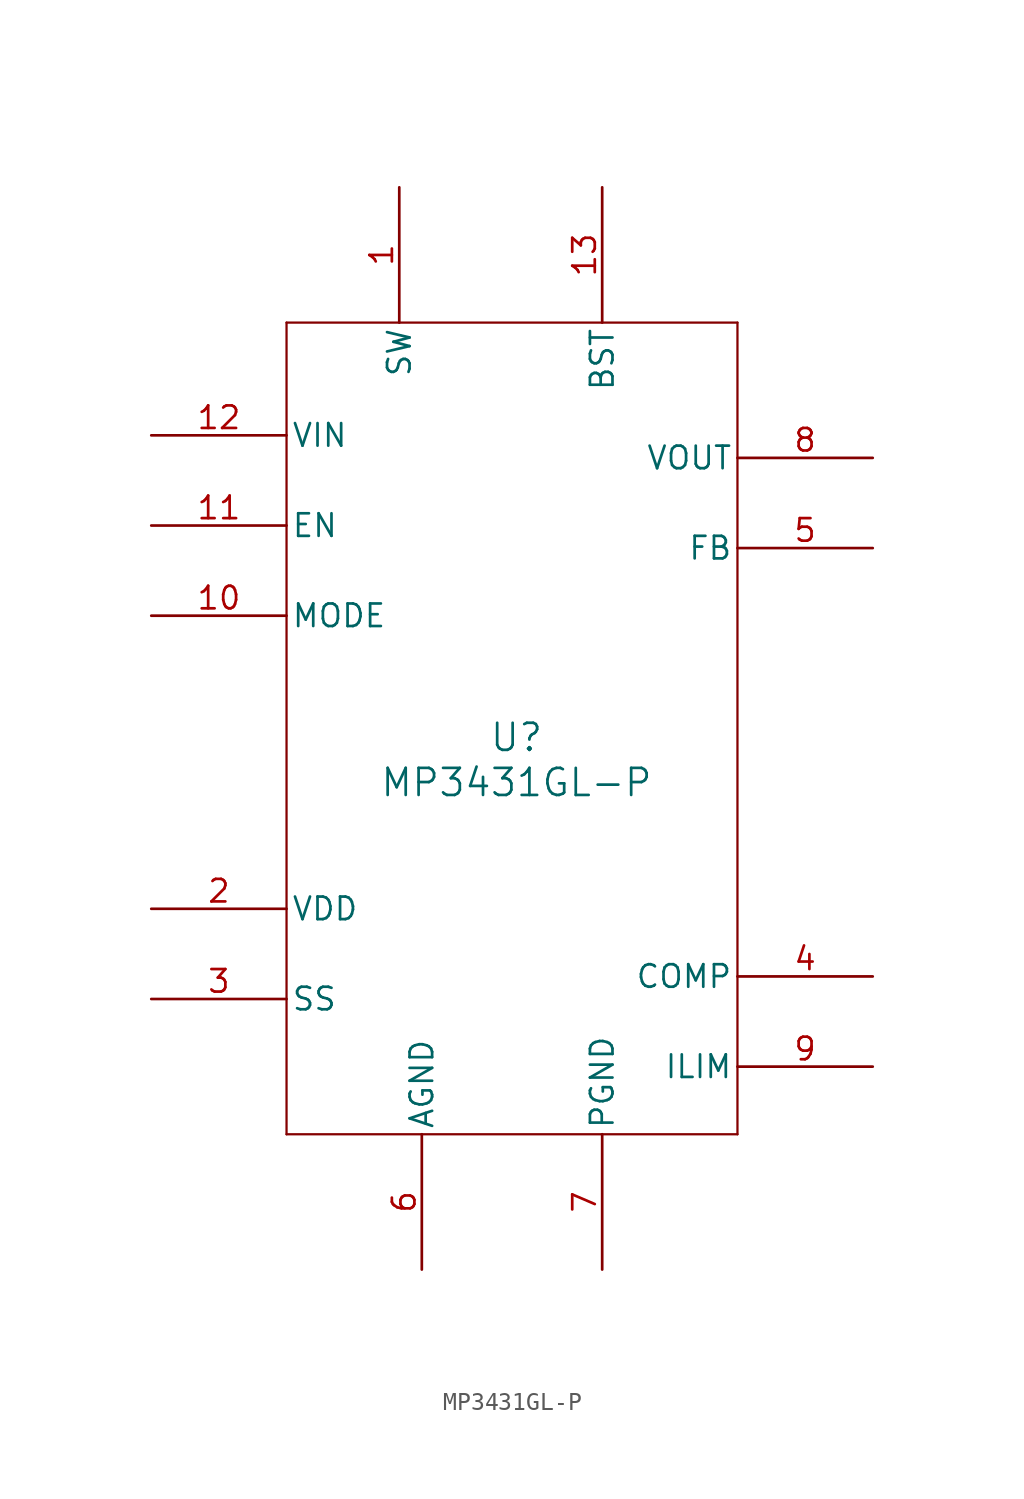
<source format=kicad_sym>
(kicad_symbol_lib
  (version 20231120)
  (generator "kicad_symbol_editor")
  (generator_version "8.0")
  (symbol "MP3431GL-P"
    (pin_names
      (offset 0.254))
    (property "Reference" "U"
      (at 20.574 -18.288 0)
      (effects (font (size 1.524 1.524))))
    (property "Value" "MP3431GL-P"
      (at 20.574 -20.828 0)
      (effects (font (size 1.524 1.524))))
    (property "ki_locked" ""
      (at 0 0 0)
      (effects (font (size 1.27 1.27))))
    (symbol "MP3431GL-P_0_1"
      (polyline (pts (xy 7.62 -40.64) (xy 33.02 -40.64)) (stroke (width 0.127) (type default)) (fill (type none)))
      (polyline (pts (xy 7.62 5.08) (xy 7.62 -40.64)) (stroke (width 0.127) (type default)) (fill (type none)))
      (polyline (pts (xy 33.02 -40.64) (xy 33.02 5.08)) (stroke (width 0.127) (type default)) (fill (type none)))
      (polyline (pts (xy 33.02 5.08) (xy 7.62 5.08)) (stroke (width 0.127) (type default)) (fill (type none)))
      (pin power_in line (at 0 -1.27 0) (length 7.62) (name "VIN" (effects (font (size 1.27 1.27)))) (number "12" (effects (font (size 1.27 1.27)))))
      (pin power_in line (at 0 -27.94 0) (length 7.62) (name "VDD" (effects (font (size 1.27 1.27)))) (number "2" (effects (font (size 1.27 1.27)))))
      (pin output line (at 40.64 -31.75 180) (length 7.62) (name "COMP" (effects (font (size 1.27 1.27)))) (number "4" (effects (font (size 1.27 1.27)))))
      (pin input line (at 40.64 -7.62 180) (length 7.62) (name "FB" (effects (font (size 1.27 1.27)))) (number "5" (effects (font (size 1.27 1.27))))))
    (symbol "MP3431GL-P_1_1"
      (pin passive line (at 13.97 12.7 270) (length 7.62) (name "SW" (effects (font (size 1.27 1.27)))) (number "1" (effects (font (size 1.27 1.27)))))
      (pin input line (at 0 -11.43 0) (length 7.62) (name "MODE" (effects (font (size 1.27 1.27)))) (number "10" (effects (font (size 1.27 1.27)))))
      (pin input line (at 0 -6.35 0) (length 7.62) (name "EN" (effects (font (size 1.27 1.27)))) (number "11" (effects (font (size 1.27 1.27)))))
      (pin passive line (at 25.4 12.7 270) (length 7.62) (name "BST" (effects (font (size 1.27 1.27)))) (number "13" (effects (font (size 1.27 1.27)))))
      (pin passive line (at 0 -33.02 0) (length 7.62) (name "SS" (effects (font (size 1.27 1.27)))) (number "3" (effects (font (size 1.27 1.27)))))
      (pin power_in line (at 15.24 -48.26 90) (length 7.62) (name "AGND" (effects (font (size 1.27 1.27)))) (number "6" (effects (font (size 1.27 1.27)))))
      (pin power_in line (at 25.4 -48.26 90) (length 7.62) (name "PGND" (effects (font (size 1.27 1.27)))) (number "7" (effects (font (size 1.27 1.27)))))
      (pin power_out line (at 40.64 -2.54 180) (length 7.62) (name "VOUT" (effects (font (size 1.27 1.27)))) (number "8" (effects (font (size 1.27 1.27)))))
      (pin passive line (at 40.64 -36.83 180) (length 7.62) (name "ILIM" (effects (font (size 1.27 1.27)))) (number "9" (effects (font (size 1.27 1.27))))))))
</source>
